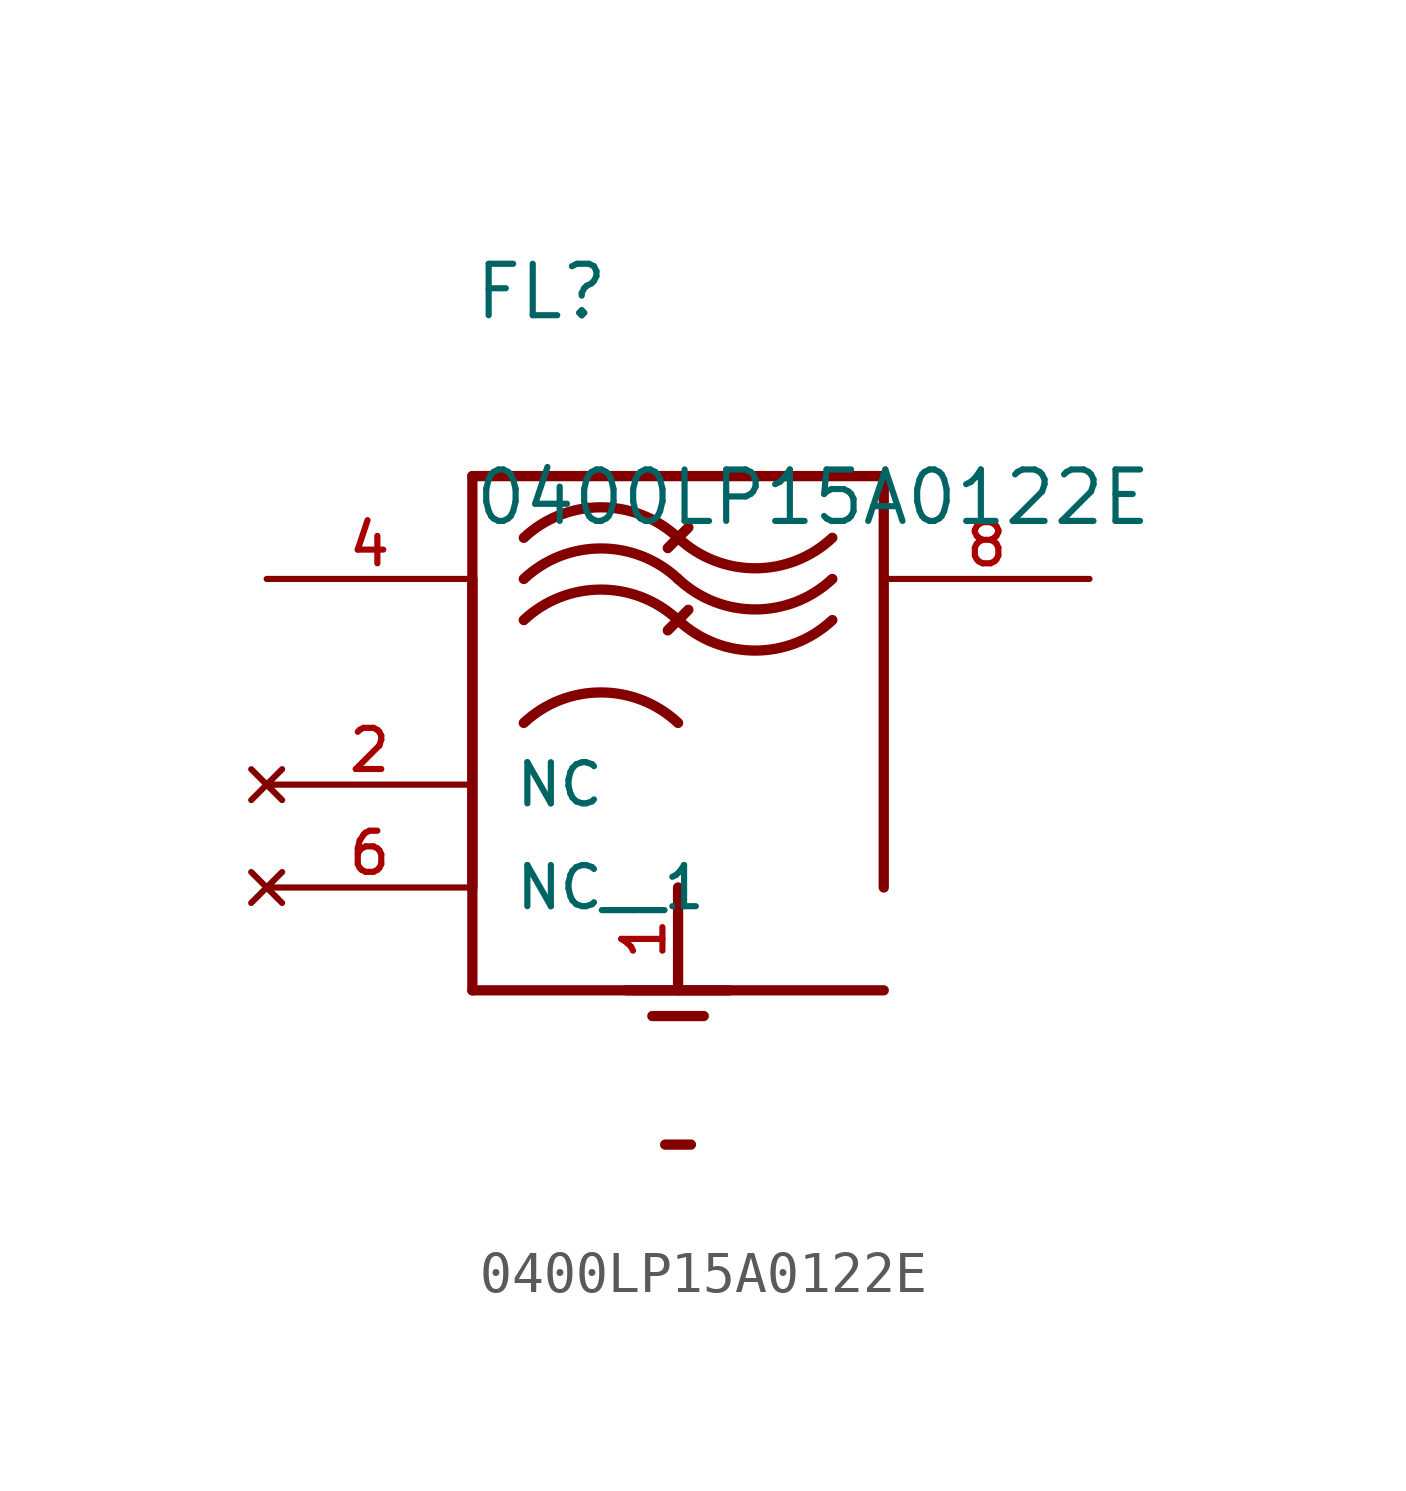
<source format=kicad_sym>
(kicad_symbol_lib
  (version 20211014)
  (generator kicad_symbol_editor)
  (symbol "0400LP15A0122E"
    (pin_names
      (offset 1.016))
    (property "Reference" "FL"
      (at -5.08 8.89 0)
      (effects (font (size 1.27 1.27)) (justify bottom left)))
    (property "Value" "0400LP15A0122E"
      (at -5.08 3.81 0)
      (effects (font (size 1.27 1.27)) (justify bottom left)))
    (symbol "0400LP15A0122E_0_0"
      (polyline (pts (xy -5.08 5.08) (xy -5.08 -5.08)) (stroke (width 0.254)))
      (polyline (pts (xy -5.08 -7.62) (xy 5.08 -7.62)) (stroke (width 0.254)))
      (polyline (pts (xy 5.08 -5.08) (xy 5.08 5.08)) (stroke (width 0.254)))
      (polyline (pts (xy 5.08 5.08) (xy -5.08 5.08)) (stroke (width 0.254)))
      (arc (start 0.0 3.556) (mid -1.9124 4.3093) (end -3.81 3.556) (stroke (width 0.254) (type default) (color 0 0 0 0)) (fill (type none)))
      (arc (start 0.0 3.556) (mid 1.9124 2.8027) (end 3.81 3.556) (stroke (width 0.254) (type default) (color 0 0 0 0)) (fill (type none)))
      (arc (start 0.0 2.54) (mid -1.9124 3.2933) (end -3.81 2.54) (stroke (width 0.254) (type default) (color 0 0 0 0)) (fill (type none)))
      (arc (start 0.0 2.54) (mid 1.9124 1.7867) (end 3.81 2.54) (stroke (width 0.254) (type default) (color 0 0 0 0)) (fill (type none)))
      (arc (start 0.0 1.524) (mid -1.9124 2.2773) (end -3.81 1.524) (stroke (width 0.254) (type default) (color 0 0 0 0)) (fill (type none)))
      (arc (start 0.0 1.524) (mid 1.9124 0.7707) (end 3.81 1.524) (stroke (width 0.254) (type default) (color 0 0 0 0)) (fill (type none)))
      (polyline (pts (xy -0.254 1.27) (xy 0.254 1.778)) (stroke (width 0.254)))
      (polyline (pts (xy -0.254 3.302) (xy 0.254 3.81)) (stroke (width 0.254)))
      (polyline (pts (xy 0.0 -5.08) (xy 0.0 -7.62)) (stroke (width 0.254)))
      (polyline (pts (xy -1.27 -7.62) (xy 1.27 -7.62)) (stroke (width 0.254)))
      (polyline (pts (xy -0.635 -8.255) (xy 0.635 -8.255)) (stroke (width 0.254)))
      (polyline (pts (xy -0.318 -11.43) (xy 0.318 -11.43)) (stroke (width 0.254)))
      (polyline (pts (xy -5.08 2.54) (xy -5.08 -7.62)) (stroke (width 0.254)))
      (arc (start 0.0 -1.016) (mid -1.9124 -0.2627) (end -3.81 -1.016) (stroke (width 0.254) (type default) (color 0 0 0 0)) (fill (type none)))
      (pin bidirectional line (at -10.16 2.54 0) (length 5.08) (name "~" (effects (font (size 1.016 1.016)))) (number "4" (effects (font (size 1.016 1.016)))))
      (pin bidirectional line (at 10.16 2.54 180.0) (length 5.08) (name "~" (effects (font (size 1.016 1.016)))) (number "8" (effects (font (size 1.016 1.016)))))
      (pin power_in line (at 0.0 -7.62 90.0) (length 2.54) (name "~" (effects (font (size 1.016 1.016)))) (number "1" (effects (font (size 1.016 1.016)))))
      (pin no_connect line (at -10.16 -2.54 0) (length 5.08) (name "NC" (effects (font (size 1.016 1.016)))) (number "2" (effects (font (size 1.016 1.016)))))
      (pin no_connect line (at -10.16 -5.08 0) (length 5.08) (name "NC__1" (effects (font (size 1.016 1.016)))) (number "6" (effects (font (size 1.016 1.016))))))))
</source>
